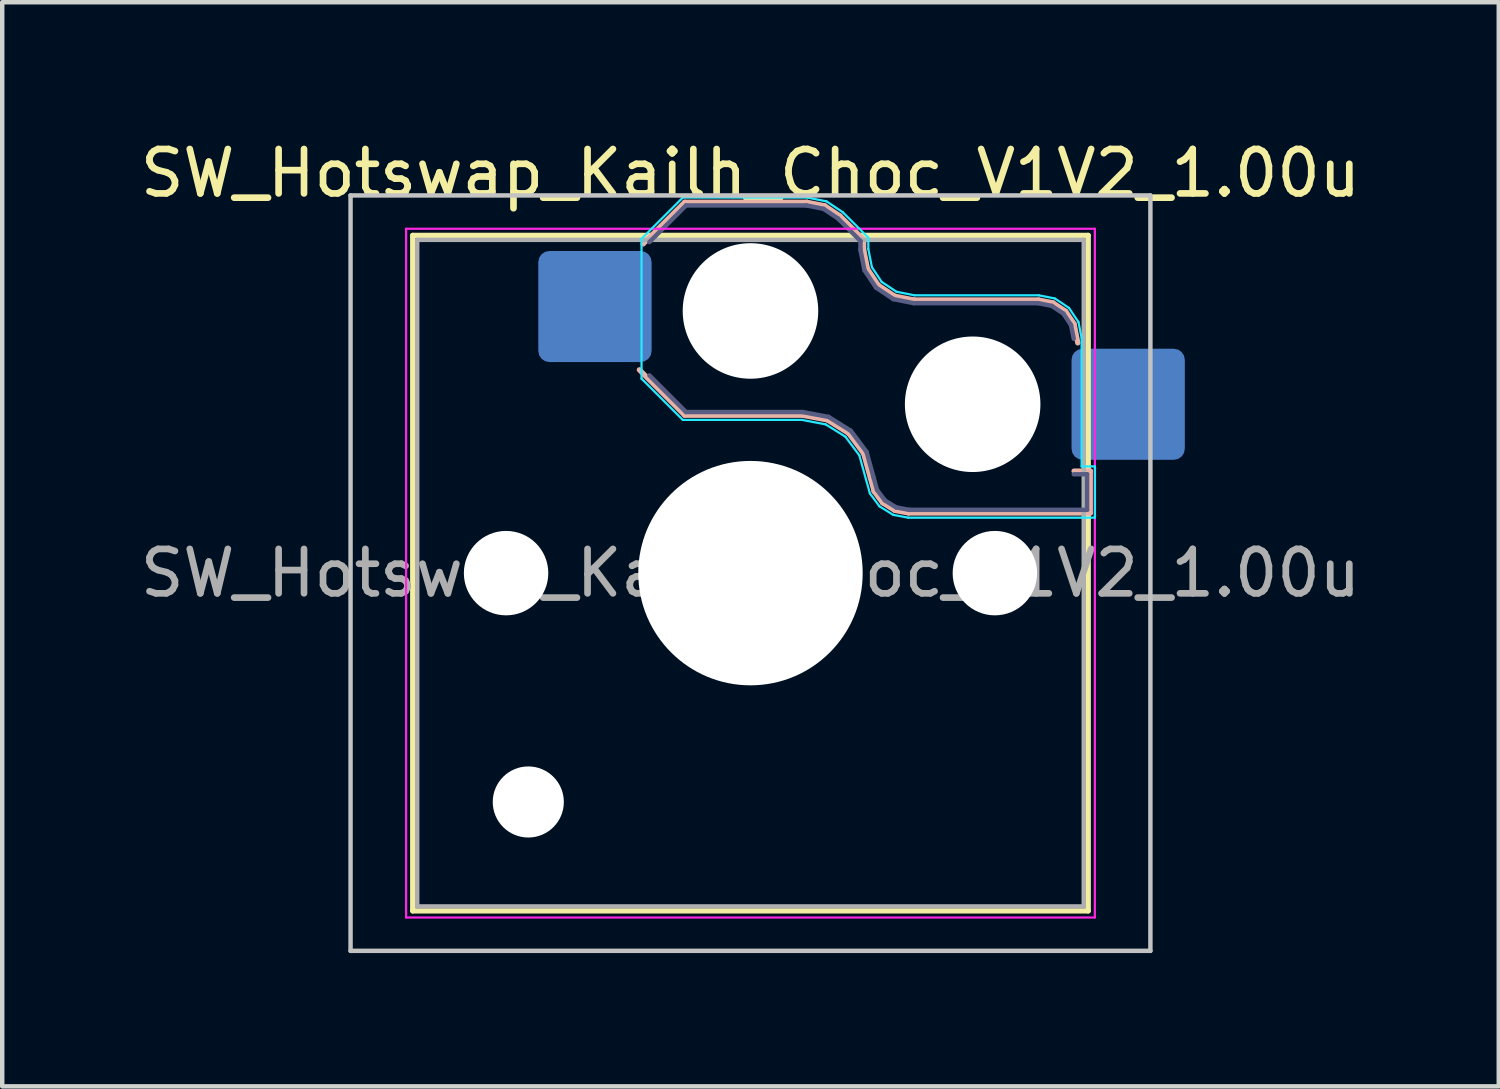
<source format=kicad_pcb>
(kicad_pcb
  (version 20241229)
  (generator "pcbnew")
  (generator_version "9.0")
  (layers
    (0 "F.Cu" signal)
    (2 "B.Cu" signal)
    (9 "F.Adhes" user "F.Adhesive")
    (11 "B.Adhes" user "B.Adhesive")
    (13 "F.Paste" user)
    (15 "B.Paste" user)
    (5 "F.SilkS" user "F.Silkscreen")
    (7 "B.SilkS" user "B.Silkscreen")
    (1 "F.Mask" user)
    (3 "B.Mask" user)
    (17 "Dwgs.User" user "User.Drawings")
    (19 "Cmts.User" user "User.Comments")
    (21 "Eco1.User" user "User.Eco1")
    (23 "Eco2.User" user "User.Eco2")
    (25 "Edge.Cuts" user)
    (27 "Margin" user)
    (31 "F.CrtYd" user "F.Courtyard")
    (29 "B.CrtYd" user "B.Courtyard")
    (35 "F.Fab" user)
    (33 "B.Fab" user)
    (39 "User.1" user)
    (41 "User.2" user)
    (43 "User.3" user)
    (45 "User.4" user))
  (footprint "SW_Hotswap_Kailh_Choc_V1V2_1.00u"
    (layer "F.Cu")
    (at 13.839 9.848)
    (property "Reference" "SW_Hotswap_Kailh_Choc_V1V2_1.00u" (at 0 -9 0) (layer "F.SilkS") (effects (font (size 1 1) (thickness 0.15))))
    (attr smd)
    (fp_line (start -7.6 -7.6) (end -7.6 7.6) (stroke (width 0.12) (type solid)) (layer "F.SilkS"))
    (fp_line (start -7.6 7.6) (end 7.6 7.6) (stroke (width 0.12) (type solid)) (layer "F.SilkS"))
    (fp_line (start 7.6 -7.6) (end -7.6 -7.6) (stroke (width 0.12) (type solid)) (layer "F.SilkS"))
    (fp_line (start 7.6 7.6) (end 7.6 -7.6) (stroke (width 0.12) (type solid)) (layer "F.SilkS"))
    (fp_line (start -2.416 -7.409) (end -1.479 -8.346) (stroke (width 0.12) (type solid)) (layer "B.SilkS"))
    (fp_line (start -1.479 -8.346) (end 1.268 -8.346) (stroke (width 0.12) (type solid)) (layer "B.SilkS"))
    (fp_line (start -1.479 -3.554) (end -2.5 -4.575) (stroke (width 0.12) (type solid)) (layer "B.SilkS"))
    (fp_line (start 1.168 -3.554) (end -1.479 -3.554) (stroke (width 0.12) (type solid)) (layer "B.SilkS"))
    (fp_line (start 1.268 -8.346) (end 1.671 -8.266) (stroke (width 0.12) (type solid)) (layer "B.SilkS"))
    (fp_line (start 1.671 -8.266) (end 2.013 -8.037) (stroke (width 0.12) (type solid)) (layer "B.SilkS"))
    (fp_line (start 1.73 -3.449) (end 1.168 -3.554) (stroke (width 0.12) (type solid)) (layer "B.SilkS"))
    (fp_line (start 2.013 -8.037) (end 2.546 -7.504) (stroke (width 0.12) (type solid)) (layer "B.SilkS"))
    (fp_line (start 2.209 -3.15) (end 1.73 -3.449) (stroke (width 0.12) (type solid)) (layer "B.SilkS"))
    (fp_line (start 2.546 -7.504) (end 2.546 -7.282) (stroke (width 0.12) (type solid)) (layer "B.SilkS"))
    (fp_line (start 2.546 -7.282) (end 2.633 -6.844) (stroke (width 0.12) (type solid)) (layer "B.SilkS"))
    (fp_line (start 2.547 -2.697) (end 2.209 -3.15) (stroke (width 0.12) (type solid)) (layer "B.SilkS"))
    (fp_line (start 2.633 -6.844) (end 2.877 -6.477) (stroke (width 0.12) (type solid)) (layer "B.SilkS"))
    (fp_line (start 2.701 -2.139) (end 2.547 -2.697) (stroke (width 0.12) (type solid)) (layer "B.SilkS"))
    (fp_line (start 2.783 -1.841) (end 2.701 -2.139) (stroke (width 0.12) (type solid)) (layer "B.SilkS"))
    (fp_line (start 2.877 -6.477) (end 3.244 -6.233) (stroke (width 0.12) (type solid)) (layer "B.SilkS"))
    (fp_line (start 2.976 -1.583) (end 2.783 -1.841) (stroke (width 0.12) (type solid)) (layer "B.SilkS"))
    (fp_line (start 3.244 -6.233) (end 3.682 -6.146) (stroke (width 0.12) (type solid)) (layer "B.SilkS"))
    (fp_line (start 3.25 -1.413) (end 2.976 -1.583) (stroke (width 0.12) (type solid)) (layer "B.SilkS"))
    (fp_line (start 3.56 -1.354) (end 3.25 -1.413) (stroke (width 0.12) (type solid)) (layer "B.SilkS"))
    (fp_line (start 3.682 -6.146) (end 6.482 -6.146) (stroke (width 0.12) (type solid)) (layer "B.SilkS"))
    (fp_line (start 6.482 -6.146) (end 6.809 -6.081) (stroke (width 0.12) (type solid)) (layer "B.SilkS"))
    (fp_line (start 6.809 -6.081) (end 7.092 -5.892) (stroke (width 0.12) (type solid)) (layer "B.SilkS"))
    (fp_line (start 7.092 -5.892) (end 7.281 -5.609) (stroke (width 0.12) (type solid)) (layer "B.SilkS"))
    (fp_line (start 7.281 -5.609) (end 7.366 -5.182) (stroke (width 0.12) (type solid)) (layer "B.SilkS"))
    (fp_line (start 7.283 -2.296) (end 7.646 -2.296) (stroke (width 0.12) (type solid)) (layer "B.SilkS"))
    (fp_line (start 7.646 -2.296) (end 7.646 -1.354) (stroke (width 0.12) (type solid)) (layer "B.SilkS"))
    (fp_line (start 7.646 -1.354) (end 3.56 -1.354) (stroke (width 0.12) (type solid)) (layer "B.SilkS"))
    (fp_line (start -9 -8.5) (end -9 8.5) (stroke (width 0.1) (type solid)) (layer "Dwgs.User"))
    (fp_line (start -9 8.5) (end 9 8.5) (stroke (width 0.1) (type solid)) (layer "Dwgs.User"))
    (fp_line (start 9 -8.5) (end -9 -8.5) (stroke (width 0.1) (type solid)) (layer "Dwgs.User"))
    (fp_line (start 9 8.5) (end 9 -8.5) (stroke (width 0.1) (type solid)) (layer "Dwgs.User"))
    (fp_line (start -7.25 -7.25) (end -7.25 7.25) (stroke (width 0.1) (type solid)) (layer "Eco1.User"))
    (fp_line (start -7.25 7.25) (end 7.25 7.25) (stroke (width 0.1) (type solid)) (layer "Eco1.User"))
    (fp_line (start 7.25 -7.25) (end -7.25 -7.25) (stroke (width 0.1) (type solid)) (layer "Eco1.User"))
    (fp_line (start 7.25 7.25) (end 7.25 -7.25) (stroke (width 0.1) (type solid)) (layer "Eco1.User"))
    (fp_line (start -2.452 -7.523) (end -1.523 -8.452) (stroke (width 0.05) (type solid)) (layer "B.CrtYd"))
    (fp_line (start -2.452 -4.377) (end -2.452 -7.523) (stroke (width 0.05) (type solid)) (layer "B.CrtYd"))
    (fp_line (start -1.523 -8.452) (end 1.278 -8.452) (stroke (width 0.05) (type solid)) (layer "B.CrtYd"))
    (fp_line (start -1.523 -3.448) (end -2.452 -4.377) (stroke (width 0.05) (type solid)) (layer "B.CrtYd"))
    (fp_line (start 1.159 -3.448) (end -1.523 -3.448) (stroke (width 0.05) (type solid)) (layer "B.CrtYd"))
    (fp_line (start 1.278 -8.452) (end 1.712 -8.366) (stroke (width 0.05) (type solid)) (layer "B.CrtYd"))
    (fp_line (start 1.691 -3.348) (end 1.159 -3.448) (stroke (width 0.05) (type solid)) (layer "B.CrtYd"))
    (fp_line (start 1.712 -8.366) (end 2.081 -8.119) (stroke (width 0.05) (type solid)) (layer "B.CrtYd"))
    (fp_line (start 2.081 -8.119) (end 2.652 -7.548) (stroke (width 0.05) (type solid)) (layer "B.CrtYd"))
    (fp_line (start 2.136 -3.071) (end 1.691 -3.348) (stroke (width 0.05) (type solid)) (layer "B.CrtYd"))
    (fp_line (start 2.45 -2.65) (end 2.136 -3.071) (stroke (width 0.05) (type solid)) (layer "B.CrtYd"))
    (fp_line (start 2.599 -2.111) (end 2.45 -2.65) (stroke (width 0.05) (type solid)) (layer "B.CrtYd"))
    (fp_line (start 2.652 -7.548) (end 2.652 -7.292) (stroke (width 0.05) (type solid)) (layer "B.CrtYd"))
    (fp_line (start 2.652 -7.292) (end 2.733 -6.885) (stroke (width 0.05) (type solid)) (layer "B.CrtYd"))
    (fp_line (start 2.687 -1.794) (end 2.599 -2.111) (stroke (width 0.05) (type solid)) (layer "B.CrtYd"))
    (fp_line (start 2.733 -6.885) (end 2.953 -6.553) (stroke (width 0.05) (type solid)) (layer "B.CrtYd"))
    (fp_line (start 2.903 -1.503) (end 2.687 -1.794) (stroke (width 0.05) (type solid)) (layer "B.CrtYd"))
    (fp_line (start 2.953 -6.553) (end 3.285 -6.333) (stroke (width 0.05) (type solid)) (layer "B.CrtYd"))
    (fp_line (start 3.211 -1.312) (end 2.903 -1.503) (stroke (width 0.05) (type solid)) (layer "B.CrtYd"))
    (fp_line (start 3.285 -6.333) (end 3.692 -6.252) (stroke (width 0.05) (type solid)) (layer "B.CrtYd"))
    (fp_line (start 3.55 -1.248) (end 3.211 -1.312) (stroke (width 0.05) (type solid)) (layer "B.CrtYd"))
    (fp_line (start 3.692 -6.252) (end 6.492 -6.252) (stroke (width 0.05) (type solid)) (layer "B.CrtYd"))
    (fp_line (start 6.492 -6.252) (end 6.85 -6.181) (stroke (width 0.05) (type solid)) (layer "B.CrtYd"))
    (fp_line (start 6.85 -6.181) (end 7.168 -5.968) (stroke (width 0.05) (type solid)) (layer "B.CrtYd"))
    (fp_line (start 7.168 -5.968) (end 7.381 -5.65) (stroke (width 0.05) (type solid)) (layer "B.CrtYd"))
    (fp_line (start 7.381 -5.65) (end 7.452 -5.292) (stroke (width 0.05) (type solid)) (layer "B.CrtYd"))
    (fp_line (start 7.452 -5.292) (end 7.452 -2.402) (stroke (width 0.05) (type solid)) (layer "B.CrtYd"))
    (fp_line (start 7.452 -2.402) (end 7.752 -2.402) (stroke (width 0.05) (type solid)) (layer "B.CrtYd"))
    (fp_line (start 7.752 -2.402) (end 7.752 -1.248) (stroke (width 0.05) (type solid)) (layer "B.CrtYd"))
    (fp_line (start 7.752 -1.248) (end 3.55 -1.248) (stroke (width 0.05) (type solid)) (layer "B.CrtYd"))
    (fp_line (start -7.75 -7.75) (end -7.75 7.75) (stroke (width 0.05) (type solid)) (layer "F.CrtYd"))
    (fp_line (start -7.75 7.75) (end 7.75 7.75) (stroke (width 0.05) (type solid)) (layer "F.CrtYd"))
    (fp_line (start 7.75 -7.75) (end -7.75 -7.75) (stroke (width 0.05) (type solid)) (layer "F.CrtYd"))
    (fp_line (start 7.75 7.75) (end 7.75 -7.75) (stroke (width 0.05) (type solid)) (layer "F.CrtYd"))
    (fp_line (start -2.275 -7.45) (end -1.45 -8.275) (stroke (width 0.1) (type solid)) (layer "B.Fab"))
    (fp_line (start -1.45 -8.275) (end 1.261 -8.275) (stroke (width 0.1) (type solid)) (layer "B.Fab"))
    (fp_line (start -1.45 -3.625) (end -2.275 -4.45) (stroke (width 0.1) (type solid)) (layer "B.Fab"))
    (fp_line (start 1.175 -3.625) (end -1.45 -3.625) (stroke (width 0.1) (type solid)) (layer "B.Fab"))
    (fp_line (start 1.261 -8.275) (end 1.643 -8.199) (stroke (width 0.1) (type solid)) (layer "B.Fab"))
    (fp_line (start 1.643 -8.199) (end 1.968 -7.982) (stroke (width 0.1) (type solid)) (layer "B.Fab"))
    (fp_line (start 1.756 -3.516) (end 1.175 -3.625) (stroke (width 0.1) (type solid)) (layer "B.Fab"))
    (fp_line (start 1.968 -7.982) (end 2.475 -7.475) (stroke (width 0.1) (type solid)) (layer "B.Fab"))
    (fp_line (start 2.258 -3.203) (end 1.756 -3.516) (stroke (width 0.1) (type solid)) (layer "B.Fab"))
    (fp_line (start 2.475 -7.475) (end 2.475 -7.275) (stroke (width 0.1) (type solid)) (layer "B.Fab"))
    (fp_line (start 2.475 -7.275) (end 2.566 -6.816) (stroke (width 0.1) (type solid)) (layer "B.Fab"))
    (fp_line (start 2.566 -6.816) (end 2.826 -6.426) (stroke (width 0.1) (type solid)) (layer "B.Fab"))
    (fp_line (start 2.612 -2.729) (end 2.258 -3.203) (stroke (width 0.1) (type solid)) (layer "B.Fab"))
    (fp_line (start 2.769 -2.158) (end 2.612 -2.729) (stroke (width 0.1) (type solid)) (layer "B.Fab"))
    (fp_line (start 2.826 -6.426) (end 3.216 -6.166) (stroke (width 0.1) (type solid)) (layer "B.Fab"))
    (fp_line (start 2.848 -1.873) (end 2.769 -2.158) (stroke (width 0.1) (type solid)) (layer "B.Fab"))
    (fp_line (start 3.025 -1.636) (end 2.848 -1.873) (stroke (width 0.1) (type solid)) (layer "B.Fab"))
    (fp_line (start 3.216 -6.166) (end 3.675 -6.075) (stroke (width 0.1) (type solid)) (layer "B.Fab"))
    (fp_line (start 3.276 -1.48) (end 3.025 -1.636) (stroke (width 0.1) (type solid)) (layer "B.Fab"))
    (fp_line (start 3.567 -1.425) (end 3.276 -1.48) (stroke (width 0.1) (type solid)) (layer "B.Fab"))
    (fp_line (start 3.675 -6.075) (end 6.475 -6.075) (stroke (width 0.1) (type solid)) (layer "B.Fab"))
    (fp_line (start 6.475 -6.075) (end 6.781 -6.014) (stroke (width 0.1) (type solid)) (layer "B.Fab"))
    (fp_line (start 6.781 -6.014) (end 7.041 -5.841) (stroke (width 0.1) (type solid)) (layer "B.Fab"))
    (fp_line (start 7.041 -5.841) (end 7.214 -5.581) (stroke (width 0.1) (type solid)) (layer "B.Fab"))
    (fp_line (start 7.214 -5.581) (end 7.275 -5.275) (stroke (width 0.1) (type solid)) (layer "B.Fab"))
    (fp_line (start 7.275 -2.225) (end 7.575 -2.225) (stroke (width 0.1) (type solid)) (layer "B.Fab"))
    (fp_line (start 7.575 -2.225) (end 7.575 -1.425) (stroke (width 0.1) (type solid)) (layer "B.Fab"))
    (fp_line (start 7.575 -1.425) (end 3.567 -1.425) (stroke (width 0.1) (type solid)) (layer "B.Fab"))
    (fp_line (start -7.5 -7.5) (end -7.5 7.5) (stroke (width 0.1) (type solid)) (layer "F.Fab"))
    (fp_line (start -7.5 7.5) (end 7.5 7.5) (stroke (width 0.1) (type solid)) (layer "F.Fab"))
    (fp_line (start 7.5 -7.5) (end -7.5 -7.5) (stroke (width 0.1) (type solid)) (layer "F.Fab"))
    (fp_line (start 7.5 7.5) (end 7.5 -7.5) (stroke (width 0.1) (type solid)) (layer "F.Fab"))
    (fp_text user "${REFERENCE}" (at 0 0 0) (layer "F.Fab") (effects (font (size 1 1) (thickness 0.15))))
    (pad "" np_thru_hole circle (at -5.5 0) (size 1.9 1.9) (drill 1.9) (layers "*.Cu" "*.Mask"))
    (pad "" np_thru_hole circle (at -5 5.15) (size 1.6 1.6) (drill 1.6) (layers "*.Cu" "*.Mask"))
    (pad "" np_thru_hole circle (at 0 -5.9) (size 3.05 3.05) (drill 3.05) (layers "*.Cu" "*.Mask"))
    (pad "" np_thru_hole circle (at 0 0) (size 5.05 5.05) (drill 5.05) (layers "*.Cu" "*.Mask"))
    (pad "" np_thru_hole circle (at 5 -3.8) (size 3.05 3.05) (drill 3.05) (layers "*.Cu" "*.Mask"))
    (pad "" np_thru_hole circle (at 5.5 0) (size 1.9 1.9) (drill 1.9) (layers "*.Cu" "*.Mask"))
    (pad "1" smd roundrect (at -3.5 -6) (size 2.55 2.5) (layers "B.Cu" "B.Mask" "B.Paste") (roundrect_rratio 0.1))
    (pad "2" smd roundrect (at 8.5 -3.8) (size 2.55 2.5) (layers "B.Cu" "B.Mask" "B.Paste") (roundrect_rratio 0.1)))
  (gr_rect
    (start -3 -3)
    (end 30.679 21.398)
    (stroke (width 0.1) (type default))
    (fill no)
    (layer "Edge.Cuts")))
</source>
